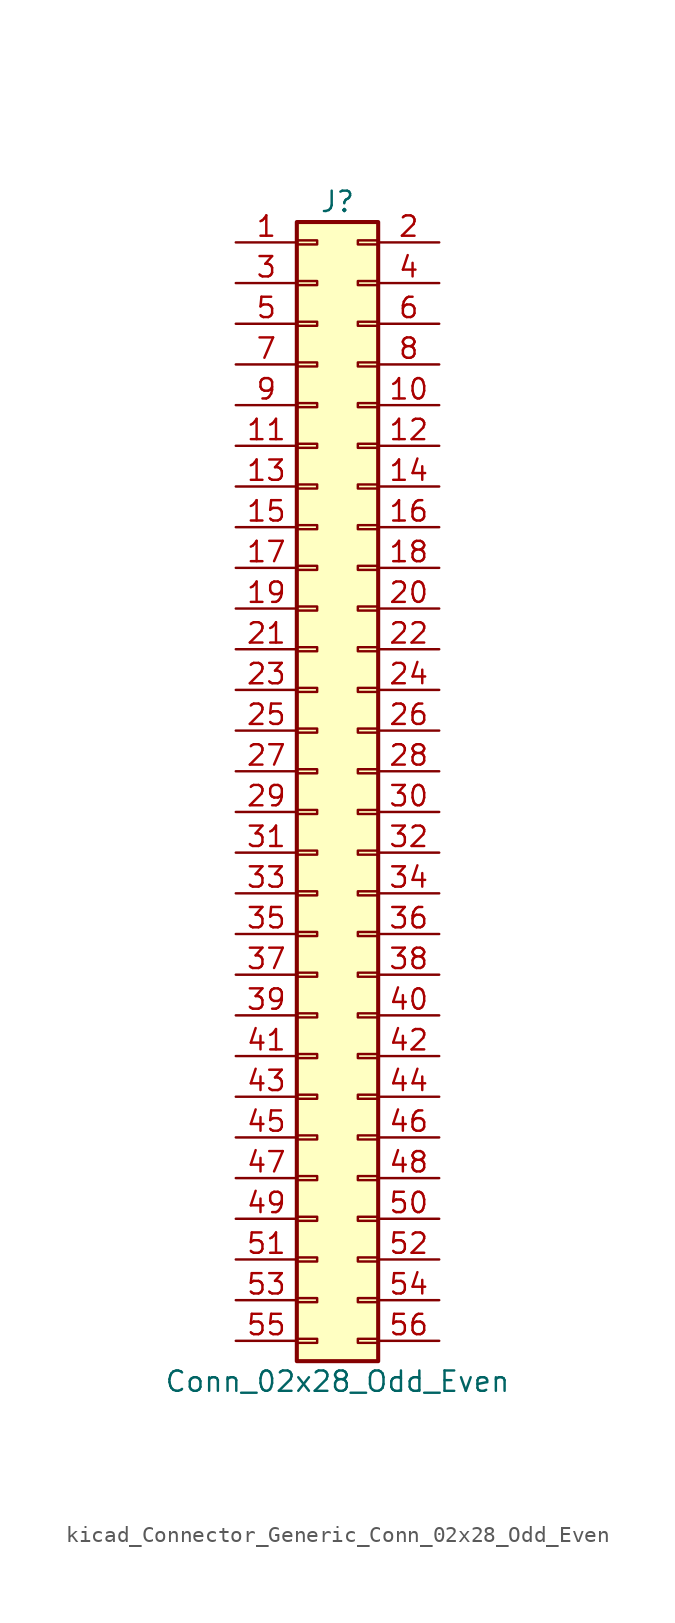
<source format=kicad_sym>
(kicad_symbol_lib
  (version 20220914)
  (generator kicad_symbol_editor)
  (symbol "kicad_Connector_Generic_Conn_02x28_Odd_Even"
    (pin_names
      (offset 1.016) hide)
    (property "Reference" "J"
      (at 1.27 35.56 0)
      (effects (font (size 1.27 1.27))))
    (property "Value" "Conn_02x28_Odd_Even"
      (at 1.27 -38.1 0)
      (effects (font (size 1.27 1.27))))
    (symbol "kicad_Connector_Generic_Conn_02x28_Odd_Even_1_1"
      (rectangle (start -1.27 -35.433) (end 0 -35.687) (stroke (width 0.152) (type default)) (fill (type none)))
      (rectangle (start -1.27 -32.893) (end 0 -33.147) (stroke (width 0.152) (type default)) (fill (type none)))
      (rectangle (start -1.27 -30.353) (end 0 -30.607) (stroke (width 0.152) (type default)) (fill (type none)))
      (rectangle (start -1.27 -27.813) (end 0 -28.067) (stroke (width 0.152) (type default)) (fill (type none)))
      (rectangle (start -1.27 -25.273) (end 0 -25.527) (stroke (width 0.152) (type default)) (fill (type none)))
      (rectangle (start -1.27 -22.733) (end 0 -22.987) (stroke (width 0.152) (type default)) (fill (type none)))
      (rectangle (start -1.27 -20.193) (end 0 -20.447) (stroke (width 0.152) (type default)) (fill (type none)))
      (rectangle (start -1.27 -17.653) (end 0 -17.907) (stroke (width 0.152) (type default)) (fill (type none)))
      (rectangle (start -1.27 -15.113) (end 0 -15.367) (stroke (width 0.152) (type default)) (fill (type none)))
      (rectangle (start -1.27 -12.573) (end 0 -12.827) (stroke (width 0.152) (type default)) (fill (type none)))
      (rectangle (start -1.27 -10.033) (end 0 -10.287) (stroke (width 0.152) (type default)) (fill (type none)))
      (rectangle (start -1.27 -7.493) (end 0 -7.747) (stroke (width 0.152) (type default)) (fill (type none)))
      (rectangle (start -1.27 -4.953) (end 0 -5.207) (stroke (width 0.152) (type default)) (fill (type none)))
      (rectangle (start -1.27 -2.413) (end 0 -2.667) (stroke (width 0.152) (type default)) (fill (type none)))
      (rectangle (start -1.27 0.127) (end 0 -0.127) (stroke (width 0.152) (type default)) (fill (type none)))
      (rectangle (start -1.27 2.667) (end 0 2.413) (stroke (width 0.152) (type default)) (fill (type none)))
      (rectangle (start -1.27 5.207) (end 0 4.953) (stroke (width 0.152) (type default)) (fill (type none)))
      (rectangle (start -1.27 7.747) (end 0 7.493) (stroke (width 0.152) (type default)) (fill (type none)))
      (rectangle (start -1.27 10.287) (end 0 10.033) (stroke (width 0.152) (type default)) (fill (type none)))
      (rectangle (start -1.27 12.827) (end 0 12.573) (stroke (width 0.152) (type default)) (fill (type none)))
      (rectangle (start -1.27 15.367) (end 0 15.113) (stroke (width 0.152) (type default)) (fill (type none)))
      (rectangle (start -1.27 17.907) (end 0 17.653) (stroke (width 0.152) (type default)) (fill (type none)))
      (rectangle (start -1.27 20.447) (end 0 20.193) (stroke (width 0.152) (type default)) (fill (type none)))
      (rectangle (start -1.27 22.987) (end 0 22.733) (stroke (width 0.152) (type default)) (fill (type none)))
      (rectangle (start -1.27 25.527) (end 0 25.273) (stroke (width 0.152) (type default)) (fill (type none)))
      (rectangle (start -1.27 28.067) (end 0 27.813) (stroke (width 0.152) (type default)) (fill (type none)))
      (rectangle (start -1.27 30.607) (end 0 30.353) (stroke (width 0.152) (type default)) (fill (type none)))
      (rectangle (start -1.27 33.147) (end 0 32.893) (stroke (width 0.152) (type default)) (fill (type none)))
      (rectangle (start -1.27 34.29) (end 3.81 -36.83) (stroke (width 0.254) (type default)) (fill (type background)))
      (rectangle (start 3.81 -35.433) (end 2.54 -35.687) (stroke (width 0.152) (type default)) (fill (type none)))
      (rectangle (start 3.81 -32.893) (end 2.54 -33.147) (stroke (width 0.152) (type default)) (fill (type none)))
      (rectangle (start 3.81 -30.353) (end 2.54 -30.607) (stroke (width 0.152) (type default)) (fill (type none)))
      (rectangle (start 3.81 -27.813) (end 2.54 -28.067) (stroke (width 0.152) (type default)) (fill (type none)))
      (rectangle (start 3.81 -25.273) (end 2.54 -25.527) (stroke (width 0.152) (type default)) (fill (type none)))
      (rectangle (start 3.81 -22.733) (end 2.54 -22.987) (stroke (width 0.152) (type default)) (fill (type none)))
      (rectangle (start 3.81 -20.193) (end 2.54 -20.447) (stroke (width 0.152) (type default)) (fill (type none)))
      (rectangle (start 3.81 -17.653) (end 2.54 -17.907) (stroke (width 0.152) (type default)) (fill (type none)))
      (rectangle (start 3.81 -15.113) (end 2.54 -15.367) (stroke (width 0.152) (type default)) (fill (type none)))
      (rectangle (start 3.81 -12.573) (end 2.54 -12.827) (stroke (width 0.152) (type default)) (fill (type none)))
      (rectangle (start 3.81 -10.033) (end 2.54 -10.287) (stroke (width 0.152) (type default)) (fill (type none)))
      (rectangle (start 3.81 -7.493) (end 2.54 -7.747) (stroke (width 0.152) (type default)) (fill (type none)))
      (rectangle (start 3.81 -4.953) (end 2.54 -5.207) (stroke (width 0.152) (type default)) (fill (type none)))
      (rectangle (start 3.81 -2.413) (end 2.54 -2.667) (stroke (width 0.152) (type default)) (fill (type none)))
      (rectangle (start 3.81 0.127) (end 2.54 -0.127) (stroke (width 0.152) (type default)) (fill (type none)))
      (rectangle (start 3.81 2.667) (end 2.54 2.413) (stroke (width 0.152) (type default)) (fill (type none)))
      (rectangle (start 3.81 5.207) (end 2.54 4.953) (stroke (width 0.152) (type default)) (fill (type none)))
      (rectangle (start 3.81 7.747) (end 2.54 7.493) (stroke (width 0.152) (type default)) (fill (type none)))
      (rectangle (start 3.81 10.287) (end 2.54 10.033) (stroke (width 0.152) (type default)) (fill (type none)))
      (rectangle (start 3.81 12.827) (end 2.54 12.573) (stroke (width 0.152) (type default)) (fill (type none)))
      (rectangle (start 3.81 15.367) (end 2.54 15.113) (stroke (width 0.152) (type default)) (fill (type none)))
      (rectangle (start 3.81 17.907) (end 2.54 17.653) (stroke (width 0.152) (type default)) (fill (type none)))
      (rectangle (start 3.81 20.447) (end 2.54 20.193) (stroke (width 0.152) (type default)) (fill (type none)))
      (rectangle (start 3.81 22.987) (end 2.54 22.733) (stroke (width 0.152) (type default)) (fill (type none)))
      (rectangle (start 3.81 25.527) (end 2.54 25.273) (stroke (width 0.152) (type default)) (fill (type none)))
      (rectangle (start 3.81 28.067) (end 2.54 27.813) (stroke (width 0.152) (type default)) (fill (type none)))
      (rectangle (start 3.81 30.607) (end 2.54 30.353) (stroke (width 0.152) (type default)) (fill (type none)))
      (rectangle (start 3.81 33.147) (end 2.54 32.893) (stroke (width 0.152) (type default)) (fill (type none)))
      (pin passive line (at -5.08 33.02 0) (length 3.81) (name "Pin_1" (effects (font (size 1.27 1.27)))) (number "1" (effects (font (size 1.27 1.27)))))
      (pin passive line (at 7.62 22.86 180) (length 3.81) (name "Pin_10" (effects (font (size 1.27 1.27)))) (number "10" (effects (font (size 1.27 1.27)))))
      (pin passive line (at -5.08 20.32 0) (length 3.81) (name "Pin_11" (effects (font (size 1.27 1.27)))) (number "11" (effects (font (size 1.27 1.27)))))
      (pin passive line (at 7.62 20.32 180) (length 3.81) (name "Pin_12" (effects (font (size 1.27 1.27)))) (number "12" (effects (font (size 1.27 1.27)))))
      (pin passive line (at -5.08 17.78 0) (length 3.81) (name "Pin_13" (effects (font (size 1.27 1.27)))) (number "13" (effects (font (size 1.27 1.27)))))
      (pin passive line (at 7.62 17.78 180) (length 3.81) (name "Pin_14" (effects (font (size 1.27 1.27)))) (number "14" (effects (font (size 1.27 1.27)))))
      (pin passive line (at -5.08 15.24 0) (length 3.81) (name "Pin_15" (effects (font (size 1.27 1.27)))) (number "15" (effects (font (size 1.27 1.27)))))
      (pin passive line (at 7.62 15.24 180) (length 3.81) (name "Pin_16" (effects (font (size 1.27 1.27)))) (number "16" (effects (font (size 1.27 1.27)))))
      (pin passive line (at -5.08 12.7 0) (length 3.81) (name "Pin_17" (effects (font (size 1.27 1.27)))) (number "17" (effects (font (size 1.27 1.27)))))
      (pin passive line (at 7.62 12.7 180) (length 3.81) (name "Pin_18" (effects (font (size 1.27 1.27)))) (number "18" (effects (font (size 1.27 1.27)))))
      (pin passive line (at -5.08 10.16 0) (length 3.81) (name "Pin_19" (effects (font (size 1.27 1.27)))) (number "19" (effects (font (size 1.27 1.27)))))
      (pin passive line (at 7.62 33.02 180) (length 3.81) (name "Pin_2" (effects (font (size 1.27 1.27)))) (number "2" (effects (font (size 1.27 1.27)))))
      (pin passive line (at 7.62 10.16 180) (length 3.81) (name "Pin_20" (effects (font (size 1.27 1.27)))) (number "20" (effects (font (size 1.27 1.27)))))
      (pin passive line (at -5.08 7.62 0) (length 3.81) (name "Pin_21" (effects (font (size 1.27 1.27)))) (number "21" (effects (font (size 1.27 1.27)))))
      (pin passive line (at 7.62 7.62 180) (length 3.81) (name "Pin_22" (effects (font (size 1.27 1.27)))) (number "22" (effects (font (size 1.27 1.27)))))
      (pin passive line (at -5.08 5.08 0) (length 3.81) (name "Pin_23" (effects (font (size 1.27 1.27)))) (number "23" (effects (font (size 1.27 1.27)))))
      (pin passive line (at 7.62 5.08 180) (length 3.81) (name "Pin_24" (effects (font (size 1.27 1.27)))) (number "24" (effects (font (size 1.27 1.27)))))
      (pin passive line (at -5.08 2.54 0) (length 3.81) (name "Pin_25" (effects (font (size 1.27 1.27)))) (number "25" (effects (font (size 1.27 1.27)))))
      (pin passive line (at 7.62 2.54 180) (length 3.81) (name "Pin_26" (effects (font (size 1.27 1.27)))) (number "26" (effects (font (size 1.27 1.27)))))
      (pin passive line (at -5.08 0 0) (length 3.81) (name "Pin_27" (effects (font (size 1.27 1.27)))) (number "27" (effects (font (size 1.27 1.27)))))
      (pin passive line (at 7.62 0 180) (length 3.81) (name "Pin_28" (effects (font (size 1.27 1.27)))) (number "28" (effects (font (size 1.27 1.27)))))
      (pin passive line (at -5.08 -2.54 0) (length 3.81) (name "Pin_29" (effects (font (size 1.27 1.27)))) (number "29" (effects (font (size 1.27 1.27)))))
      (pin passive line (at -5.08 30.48 0) (length 3.81) (name "Pin_3" (effects (font (size 1.27 1.27)))) (number "3" (effects (font (size 1.27 1.27)))))
      (pin passive line (at 7.62 -2.54 180) (length 3.81) (name "Pin_30" (effects (font (size 1.27 1.27)))) (number "30" (effects (font (size 1.27 1.27)))))
      (pin passive line (at -5.08 -5.08 0) (length 3.81) (name "Pin_31" (effects (font (size 1.27 1.27)))) (number "31" (effects (font (size 1.27 1.27)))))
      (pin passive line (at 7.62 -5.08 180) (length 3.81) (name "Pin_32" (effects (font (size 1.27 1.27)))) (number "32" (effects (font (size 1.27 1.27)))))
      (pin passive line (at -5.08 -7.62 0) (length 3.81) (name "Pin_33" (effects (font (size 1.27 1.27)))) (number "33" (effects (font (size 1.27 1.27)))))
      (pin passive line (at 7.62 -7.62 180) (length 3.81) (name "Pin_34" (effects (font (size 1.27 1.27)))) (number "34" (effects (font (size 1.27 1.27)))))
      (pin passive line (at -5.08 -10.16 0) (length 3.81) (name "Pin_35" (effects (font (size 1.27 1.27)))) (number "35" (effects (font (size 1.27 1.27)))))
      (pin passive line (at 7.62 -10.16 180) (length 3.81) (name "Pin_36" (effects (font (size 1.27 1.27)))) (number "36" (effects (font (size 1.27 1.27)))))
      (pin passive line (at -5.08 -12.7 0) (length 3.81) (name "Pin_37" (effects (font (size 1.27 1.27)))) (number "37" (effects (font (size 1.27 1.27)))))
      (pin passive line (at 7.62 -12.7 180) (length 3.81) (name "Pin_38" (effects (font (size 1.27 1.27)))) (number "38" (effects (font (size 1.27 1.27)))))
      (pin passive line (at -5.08 -15.24 0) (length 3.81) (name "Pin_39" (effects (font (size 1.27 1.27)))) (number "39" (effects (font (size 1.27 1.27)))))
      (pin passive line (at 7.62 30.48 180) (length 3.81) (name "Pin_4" (effects (font (size 1.27 1.27)))) (number "4" (effects (font (size 1.27 1.27)))))
      (pin passive line (at 7.62 -15.24 180) (length 3.81) (name "Pin_40" (effects (font (size 1.27 1.27)))) (number "40" (effects (font (size 1.27 1.27)))))
      (pin passive line (at -5.08 -17.78 0) (length 3.81) (name "Pin_41" (effects (font (size 1.27 1.27)))) (number "41" (effects (font (size 1.27 1.27)))))
      (pin passive line (at 7.62 -17.78 180) (length 3.81) (name "Pin_42" (effects (font (size 1.27 1.27)))) (number "42" (effects (font (size 1.27 1.27)))))
      (pin passive line (at -5.08 -20.32 0) (length 3.81) (name "Pin_43" (effects (font (size 1.27 1.27)))) (number "43" (effects (font (size 1.27 1.27)))))
      (pin passive line (at 7.62 -20.32 180) (length 3.81) (name "Pin_44" (effects (font (size 1.27 1.27)))) (number "44" (effects (font (size 1.27 1.27)))))
      (pin passive line (at -5.08 -22.86 0) (length 3.81) (name "Pin_45" (effects (font (size 1.27 1.27)))) (number "45" (effects (font (size 1.27 1.27)))))
      (pin passive line (at 7.62 -22.86 180) (length 3.81) (name "Pin_46" (effects (font (size 1.27 1.27)))) (number "46" (effects (font (size 1.27 1.27)))))
      (pin passive line (at -5.08 -25.4 0) (length 3.81) (name "Pin_47" (effects (font (size 1.27 1.27)))) (number "47" (effects (font (size 1.27 1.27)))))
      (pin passive line (at 7.62 -25.4 180) (length 3.81) (name "Pin_48" (effects (font (size 1.27 1.27)))) (number "48" (effects (font (size 1.27 1.27)))))
      (pin passive line (at -5.08 -27.94 0) (length 3.81) (name "Pin_49" (effects (font (size 1.27 1.27)))) (number "49" (effects (font (size 1.27 1.27)))))
      (pin passive line (at -5.08 27.94 0) (length 3.81) (name "Pin_5" (effects (font (size 1.27 1.27)))) (number "5" (effects (font (size 1.27 1.27)))))
      (pin passive line (at 7.62 -27.94 180) (length 3.81) (name "Pin_50" (effects (font (size 1.27 1.27)))) (number "50" (effects (font (size 1.27 1.27)))))
      (pin passive line (at -5.08 -30.48 0) (length 3.81) (name "Pin_51" (effects (font (size 1.27 1.27)))) (number "51" (effects (font (size 1.27 1.27)))))
      (pin passive line (at 7.62 -30.48 180) (length 3.81) (name "Pin_52" (effects (font (size 1.27 1.27)))) (number "52" (effects (font (size 1.27 1.27)))))
      (pin passive line (at -5.08 -33.02 0) (length 3.81) (name "Pin_53" (effects (font (size 1.27 1.27)))) (number "53" (effects (font (size 1.27 1.27)))))
      (pin passive line (at 7.62 -33.02 180) (length 3.81) (name "Pin_54" (effects (font (size 1.27 1.27)))) (number "54" (effects (font (size 1.27 1.27)))))
      (pin passive line (at -5.08 -35.56 0) (length 3.81) (name "Pin_55" (effects (font (size 1.27 1.27)))) (number "55" (effects (font (size 1.27 1.27)))))
      (pin passive line (at 7.62 -35.56 180) (length 3.81) (name "Pin_56" (effects (font (size 1.27 1.27)))) (number "56" (effects (font (size 1.27 1.27)))))
      (pin passive line (at 7.62 27.94 180) (length 3.81) (name "Pin_6" (effects (font (size 1.27 1.27)))) (number "6" (effects (font (size 1.27 1.27)))))
      (pin passive line (at -5.08 25.4 0) (length 3.81) (name "Pin_7" (effects (font (size 1.27 1.27)))) (number "7" (effects (font (size 1.27 1.27)))))
      (pin passive line (at 7.62 25.4 180) (length 3.81) (name "Pin_8" (effects (font (size 1.27 1.27)))) (number "8" (effects (font (size 1.27 1.27)))))
      (pin passive line (at -5.08 22.86 0) (length 3.81) (name "Pin_9" (effects (font (size 1.27 1.27)))) (number "9" (effects (font (size 1.27 1.27))))))))
</source>
